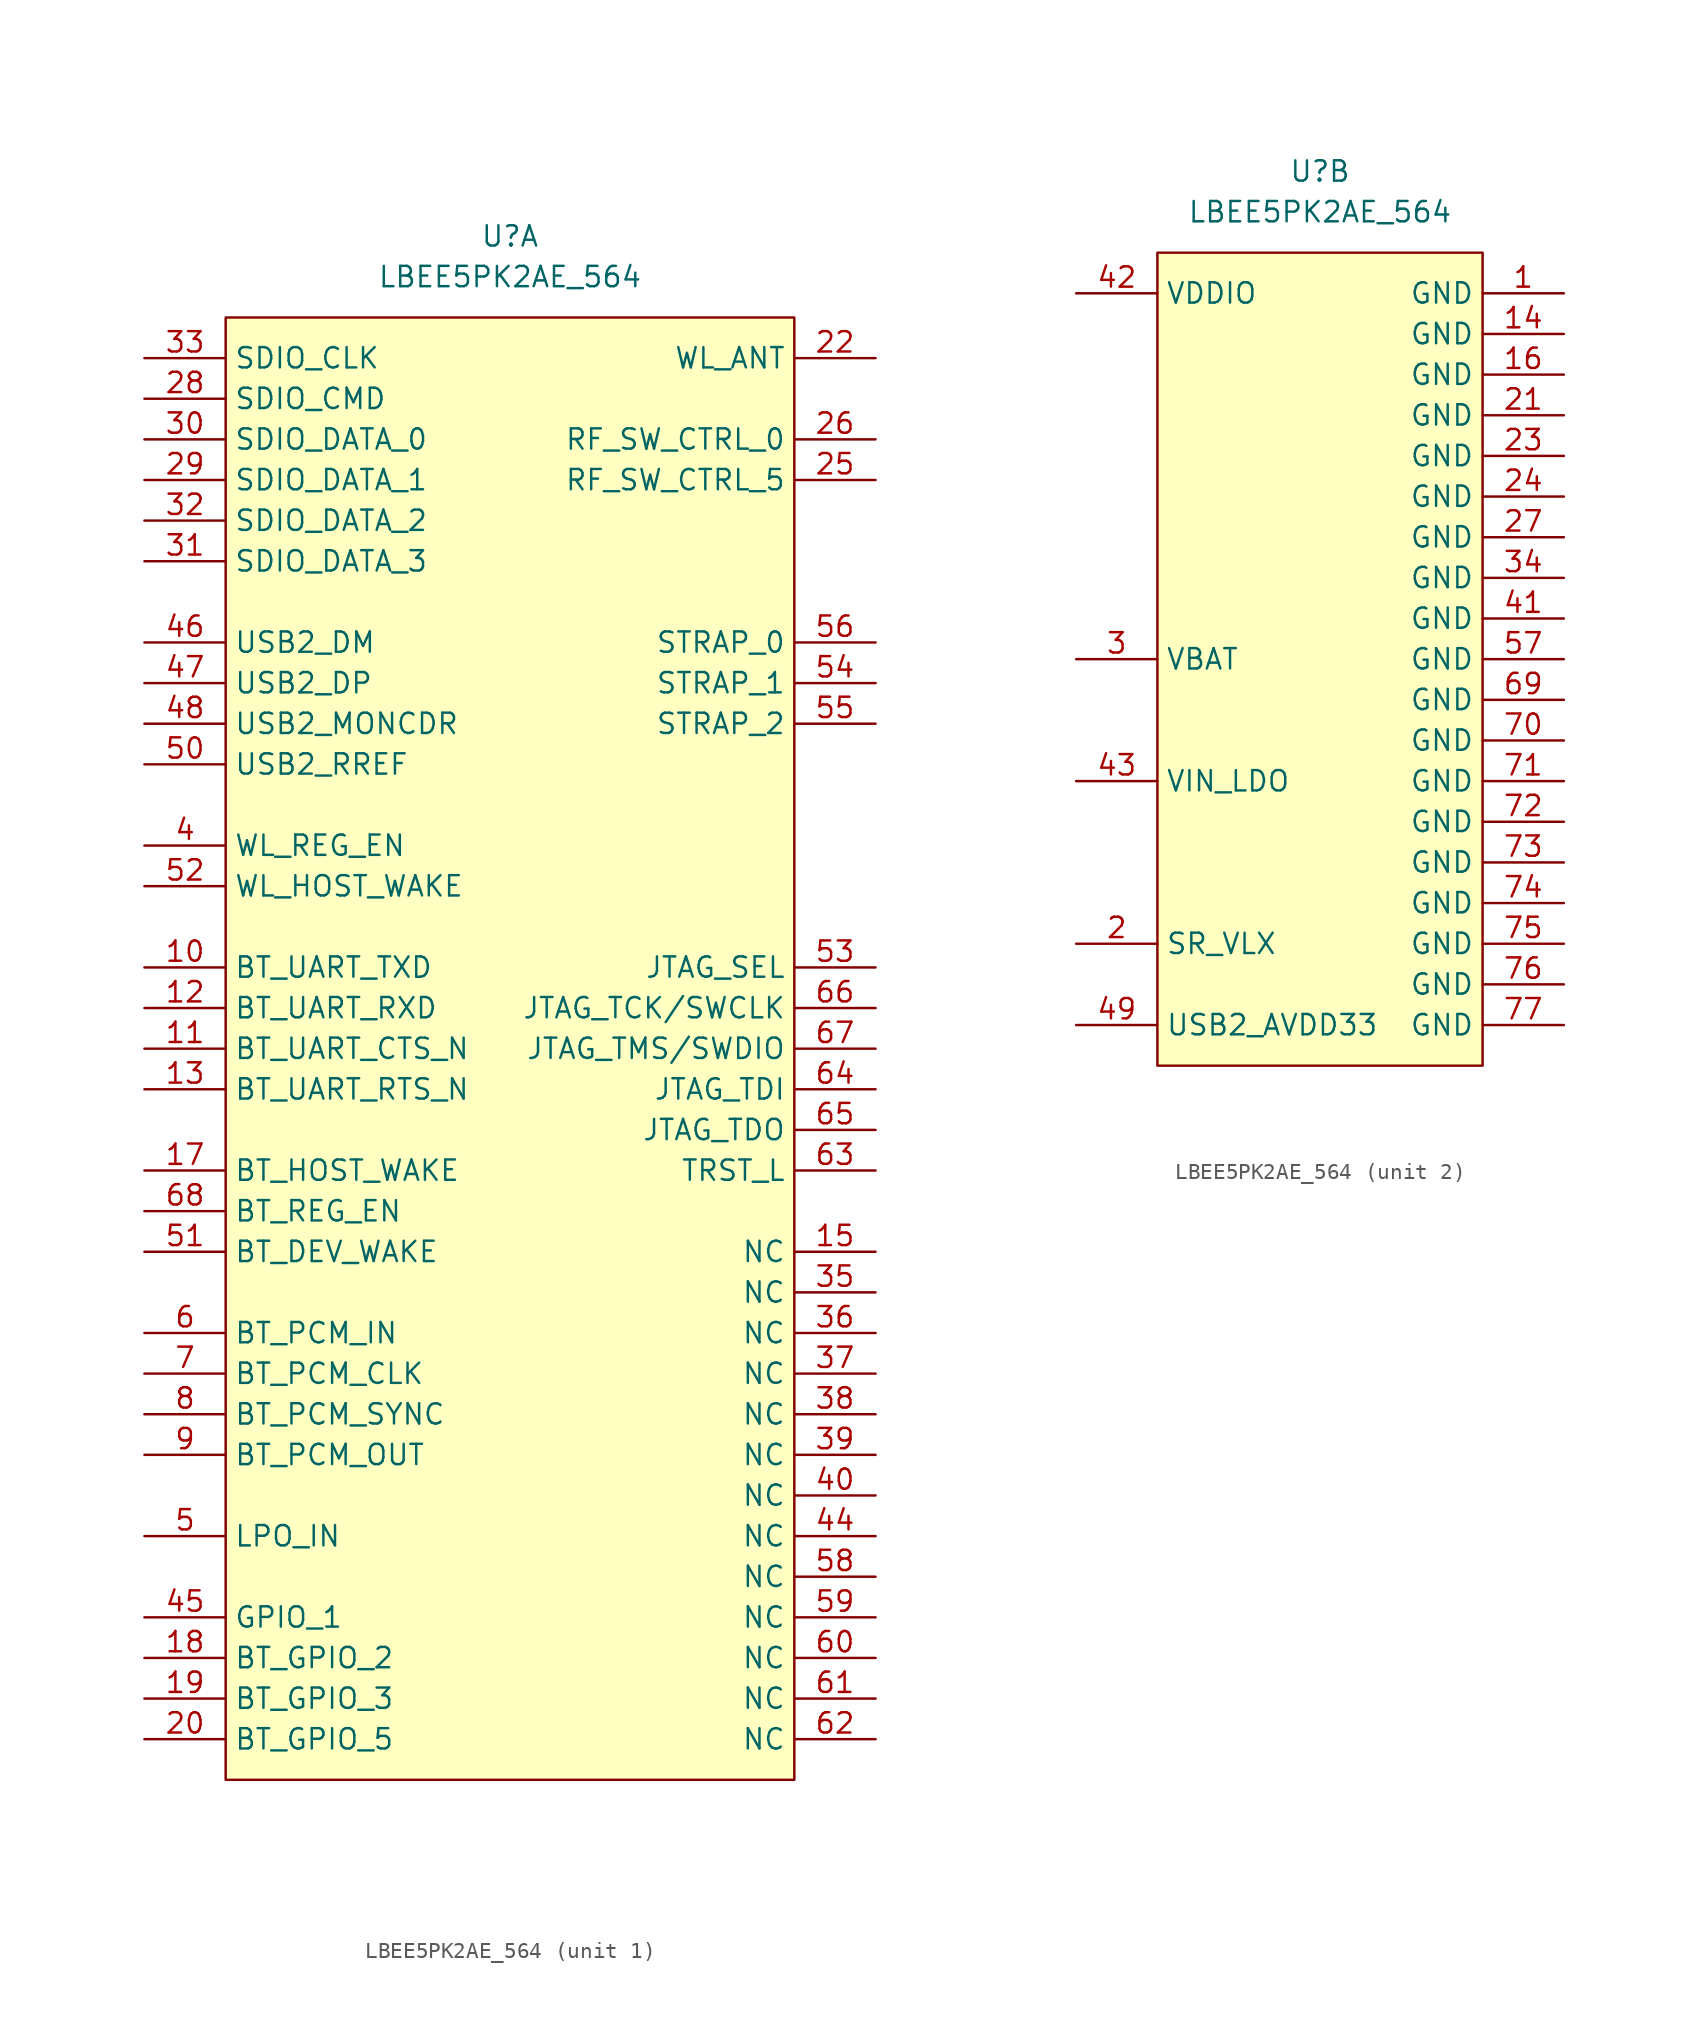
<source format=kicad_sym>
(kicad_symbol_lib
  (version 20220914)
  (generator kicad_symbol_editor)
  (symbol "LBEE5PK2AE_564"
    (property "Reference" "U"
      (at 0 30.48 0)
      (effects (font (size 1.27 1.27))))
    (property "Value" "LBEE5PK2AE_564"
      (at 0 27.94 0)
      (effects (font (size 1.27 1.27))))
    (property "ki_locked" ""
      (at 0 0 0)
      (effects (font (size 1.27 1.27))))
    (symbol "LBEE5PK2AE_564_1_0"
      (pin passive line (at -22.86 -15.24 0) (length 5.08) (name "BT_UART_TXD" (effects (font (size 1.27 1.27)))) (number "10" (effects (font (size 1.27 1.27)))))
      (pin passive line (at -22.86 -20.32 0) (length 5.08) (name "BT_UART_CTS_N" (effects (font (size 1.27 1.27)))) (number "11" (effects (font (size 1.27 1.27)))))
      (pin passive line (at -22.86 -17.78 0) (length 5.08) (name "BT_UART_RXD" (effects (font (size 1.27 1.27)))) (number "12" (effects (font (size 1.27 1.27)))))
      (pin passive line (at -22.86 -22.86 0) (length 5.08) (name "BT_UART_RTS_N" (effects (font (size 1.27 1.27)))) (number "13" (effects (font (size 1.27 1.27)))))
      (pin passive line (at 22.86 -33.02 180) (length 5.08) (name "NC" (effects (font (size 1.27 1.27)))) (number "15" (effects (font (size 1.27 1.27)))))
      (pin passive line (at -22.86 -27.94 0) (length 5.08) (name "BT_HOST_WAKE" (effects (font (size 1.27 1.27)))) (number "17" (effects (font (size 1.27 1.27)))))
      (pin passive line (at -22.86 -58.42 0) (length 5.08) (name "BT_GPIO_2" (effects (font (size 1.27 1.27)))) (number "18" (effects (font (size 1.27 1.27)))))
      (pin passive line (at -22.86 -60.96 0) (length 5.08) (name "BT_GPIO_3" (effects (font (size 1.27 1.27)))) (number "19" (effects (font (size 1.27 1.27)))))
      (pin passive line (at -22.86 -63.5 0) (length 5.08) (name "BT_GPIO_5" (effects (font (size 1.27 1.27)))) (number "20" (effects (font (size 1.27 1.27)))))
      (pin passive line (at 22.86 22.86 180) (length 5.08) (name "WL_ANT" (effects (font (size 1.27 1.27)))) (number "22" (effects (font (size 1.27 1.27)))))
      (pin passive line (at 22.86 15.24 180) (length 5.08) (name "RF_SW_CTRL_5" (effects (font (size 1.27 1.27)))) (number "25" (effects (font (size 1.27 1.27)))))
      (pin passive line (at 22.86 17.78 180) (length 5.08) (name "RF_SW_CTRL_0" (effects (font (size 1.27 1.27)))) (number "26" (effects (font (size 1.27 1.27)))))
      (pin passive line (at -22.86 20.32 0) (length 5.08) (name "SDIO_CMD" (effects (font (size 1.27 1.27)))) (number "28" (effects (font (size 1.27 1.27)))))
      (pin passive line (at -22.86 15.24 0) (length 5.08) (name "SDIO_DATA_1" (effects (font (size 1.27 1.27)))) (number "29" (effects (font (size 1.27 1.27)))))
      (pin passive line (at -22.86 17.78 0) (length 5.08) (name "SDIO_DATA_0" (effects (font (size 1.27 1.27)))) (number "30" (effects (font (size 1.27 1.27)))))
      (pin passive line (at -22.86 10.16 0) (length 5.08) (name "SDIO_DATA_3" (effects (font (size 1.27 1.27)))) (number "31" (effects (font (size 1.27 1.27)))))
      (pin passive line (at -22.86 12.7 0) (length 5.08) (name "SDIO_DATA_2" (effects (font (size 1.27 1.27)))) (number "32" (effects (font (size 1.27 1.27)))))
      (pin passive line (at -22.86 22.86 0) (length 5.08) (name "SDIO_CLK" (effects (font (size 1.27 1.27)))) (number "33" (effects (font (size 1.27 1.27)))))
      (pin passive line (at 22.86 -35.56 180) (length 5.08) (name "NC" (effects (font (size 1.27 1.27)))) (number "35" (effects (font (size 1.27 1.27)))))
      (pin passive line (at 22.86 -38.1 180) (length 5.08) (name "NC" (effects (font (size 1.27 1.27)))) (number "36" (effects (font (size 1.27 1.27)))))
      (pin passive line (at 22.86 -40.64 180) (length 5.08) (name "NC" (effects (font (size 1.27 1.27)))) (number "37" (effects (font (size 1.27 1.27)))))
      (pin passive line (at 22.86 -43.18 180) (length 5.08) (name "NC" (effects (font (size 1.27 1.27)))) (number "38" (effects (font (size 1.27 1.27)))))
      (pin passive line (at 22.86 -45.72 180) (length 5.08) (name "NC" (effects (font (size 1.27 1.27)))) (number "39" (effects (font (size 1.27 1.27)))))
      (pin passive line (at -22.86 -7.62 0) (length 5.08) (name "WL_REG_EN" (effects (font (size 1.27 1.27)))) (number "4" (effects (font (size 1.27 1.27)))))
      (pin passive line (at 22.86 -48.26 180) (length 5.08) (name "NC" (effects (font (size 1.27 1.27)))) (number "40" (effects (font (size 1.27 1.27)))))
      (pin passive line (at 22.86 -50.8 180) (length 5.08) (name "NC" (effects (font (size 1.27 1.27)))) (number "44" (effects (font (size 1.27 1.27)))))
      (pin passive line (at -22.86 -55.88 0) (length 5.08) (name "GPIO_1" (effects (font (size 1.27 1.27)))) (number "45" (effects (font (size 1.27 1.27)))))
      (pin passive line (at -22.86 5.08 0) (length 5.08) (name "USB2_DM" (effects (font (size 1.27 1.27)))) (number "46" (effects (font (size 1.27 1.27)))))
      (pin passive line (at -22.86 2.54 0) (length 5.08) (name "USB2_DP" (effects (font (size 1.27 1.27)))) (number "47" (effects (font (size 1.27 1.27)))))
      (pin passive line (at -22.86 0 0) (length 5.08) (name "USB2_MONCDR" (effects (font (size 1.27 1.27)))) (number "48" (effects (font (size 1.27 1.27)))))
      (pin passive line (at -22.86 -50.8 0) (length 5.08) (name "LPO_IN" (effects (font (size 1.27 1.27)))) (number "5" (effects (font (size 1.27 1.27)))))
      (pin passive line (at -22.86 -2.54 0) (length 5.08) (name "USB2_RREF" (effects (font (size 1.27 1.27)))) (number "50" (effects (font (size 1.27 1.27)))))
      (pin passive line (at -22.86 -33.02 0) (length 5.08) (name "BT_DEV_WAKE" (effects (font (size 1.27 1.27)))) (number "51" (effects (font (size 1.27 1.27)))))
      (pin passive line (at -22.86 -10.16 0) (length 5.08) (name "WL_HOST_WAKE" (effects (font (size 1.27 1.27)))) (number "52" (effects (font (size 1.27 1.27)))))
      (pin passive line (at 22.86 -15.24 180) (length 5.08) (name "JTAG_SEL" (effects (font (size 1.27 1.27)))) (number "53" (effects (font (size 1.27 1.27)))))
      (pin passive line (at 22.86 2.54 180) (length 5.08) (name "STRAP_1" (effects (font (size 1.27 1.27)))) (number "54" (effects (font (size 1.27 1.27)))))
      (pin passive line (at 22.86 0 180) (length 5.08) (name "STRAP_2" (effects (font (size 1.27 1.27)))) (number "55" (effects (font (size 1.27 1.27)))))
      (pin passive line (at 22.86 5.08 180) (length 5.08) (name "STRAP_0" (effects (font (size 1.27 1.27)))) (number "56" (effects (font (size 1.27 1.27)))))
      (pin passive line (at 22.86 -53.34 180) (length 5.08) (name "NC" (effects (font (size 1.27 1.27)))) (number "58" (effects (font (size 1.27 1.27)))))
      (pin passive line (at 22.86 -55.88 180) (length 5.08) (name "NC" (effects (font (size 1.27 1.27)))) (number "59" (effects (font (size 1.27 1.27)))))
      (pin passive line (at -22.86 -38.1 0) (length 5.08) (name "BT_PCM_IN" (effects (font (size 1.27 1.27)))) (number "6" (effects (font (size 1.27 1.27)))))
      (pin passive line (at 22.86 -58.42 180) (length 5.08) (name "NC" (effects (font (size 1.27 1.27)))) (number "60" (effects (font (size 1.27 1.27)))))
      (pin passive line (at 22.86 -60.96 180) (length 5.08) (name "NC" (effects (font (size 1.27 1.27)))) (number "61" (effects (font (size 1.27 1.27)))))
      (pin passive line (at 22.86 -63.5 180) (length 5.08) (name "NC" (effects (font (size 1.27 1.27)))) (number "62" (effects (font (size 1.27 1.27)))))
      (pin passive line (at 22.86 -27.94 180) (length 5.08) (name "TRST_L" (effects (font (size 1.27 1.27)))) (number "63" (effects (font (size 1.27 1.27)))))
      (pin passive line (at 22.86 -22.86 180) (length 5.08) (name "JTAG_TDI" (effects (font (size 1.27 1.27)))) (number "64" (effects (font (size 1.27 1.27)))))
      (pin passive line (at 22.86 -25.4 180) (length 5.08) (name "JTAG_TDO" (effects (font (size 1.27 1.27)))) (number "65" (effects (font (size 1.27 1.27)))))
      (pin passive line (at 22.86 -17.78 180) (length 5.08) (name "JTAG_TCK/SWCLK" (effects (font (size 1.27 1.27)))) (number "66" (effects (font (size 1.27 1.27)))))
      (pin passive line (at 22.86 -20.32 180) (length 5.08) (name "JTAG_TMS/SWDIO" (effects (font (size 1.27 1.27)))) (number "67" (effects (font (size 1.27 1.27)))))
      (pin passive line (at -22.86 -30.48 0) (length 5.08) (name "BT_REG_EN" (effects (font (size 1.27 1.27)))) (number "68" (effects (font (size 1.27 1.27)))))
      (pin passive line (at -22.86 -40.64 0) (length 5.08) (name "BT_PCM_CLK" (effects (font (size 1.27 1.27)))) (number "7" (effects (font (size 1.27 1.27)))))
      (pin passive line (at -22.86 -43.18 0) (length 5.08) (name "BT_PCM_SYNC" (effects (font (size 1.27 1.27)))) (number "8" (effects (font (size 1.27 1.27)))))
      (pin passive line (at -22.86 -45.72 0) (length 5.08) (name "BT_PCM_OUT" (effects (font (size 1.27 1.27)))) (number "9" (effects (font (size 1.27 1.27))))))
    (symbol "LBEE5PK2AE_564_1_1"
      (rectangle (start -17.78 25.4) (end 17.78 -66.04) (stroke (width 0) (type default)) (fill (type background))))
    (symbol "LBEE5PK2AE_564_2_0"
      (pin passive line (at 15.24 22.86 180) (length 5.08) (name "GND" (effects (font (size 1.27 1.27)))) (number "1" (effects (font (size 1.27 1.27)))))
      (pin passive line (at 15.24 20.32 180) (length 5.08) (name "GND" (effects (font (size 1.27 1.27)))) (number "14" (effects (font (size 1.27 1.27)))))
      (pin passive line (at 15.24 17.78 180) (length 5.08) (name "GND" (effects (font (size 1.27 1.27)))) (number "16" (effects (font (size 1.27 1.27)))))
      (pin passive line (at -15.24 -17.78 0) (length 5.08) (name "SR_VLX" (effects (font (size 1.27 1.27)))) (number "2" (effects (font (size 1.27 1.27)))))
      (pin passive line (at 15.24 15.24 180) (length 5.08) (name "GND" (effects (font (size 1.27 1.27)))) (number "21" (effects (font (size 1.27 1.27)))))
      (pin passive line (at 15.24 12.7 180) (length 5.08) (name "GND" (effects (font (size 1.27 1.27)))) (number "23" (effects (font (size 1.27 1.27)))))
      (pin passive line (at 15.24 10.16 180) (length 5.08) (name "GND" (effects (font (size 1.27 1.27)))) (number "24" (effects (font (size 1.27 1.27)))))
      (pin passive line (at 15.24 7.62 180) (length 5.08) (name "GND" (effects (font (size 1.27 1.27)))) (number "27" (effects (font (size 1.27 1.27)))))
      (pin passive line (at -15.24 0 0) (length 5.08) (name "VBAT" (effects (font (size 1.27 1.27)))) (number "3" (effects (font (size 1.27 1.27)))))
      (pin passive line (at 15.24 5.08 180) (length 5.08) (name "GND" (effects (font (size 1.27 1.27)))) (number "34" (effects (font (size 1.27 1.27)))))
      (pin passive line (at 15.24 2.54 180) (length 5.08) (name "GND" (effects (font (size 1.27 1.27)))) (number "41" (effects (font (size 1.27 1.27)))))
      (pin passive line (at -15.24 22.86 0) (length 5.08) (name "VDDIO" (effects (font (size 1.27 1.27)))) (number "42" (effects (font (size 1.27 1.27)))))
      (pin passive line (at -15.24 -7.62 0) (length 5.08) (name "VIN_LDO" (effects (font (size 1.27 1.27)))) (number "43" (effects (font (size 1.27 1.27)))))
      (pin passive line (at -15.24 -22.86 0) (length 5.08) (name "USB2_AVDD33" (effects (font (size 1.27 1.27)))) (number "49" (effects (font (size 1.27 1.27)))))
      (pin passive line (at 15.24 0 180) (length 5.08) (name "GND" (effects (font (size 1.27 1.27)))) (number "57" (effects (font (size 1.27 1.27)))))
      (pin passive line (at 15.24 -2.54 180) (length 5.08) (name "GND" (effects (font (size 1.27 1.27)))) (number "69" (effects (font (size 1.27 1.27)))))
      (pin passive line (at 15.24 -5.08 180) (length 5.08) (name "GND" (effects (font (size 1.27 1.27)))) (number "70" (effects (font (size 1.27 1.27)))))
      (pin passive line (at 15.24 -7.62 180) (length 5.08) (name "GND" (effects (font (size 1.27 1.27)))) (number "71" (effects (font (size 1.27 1.27)))))
      (pin passive line (at 15.24 -10.16 180) (length 5.08) (name "GND" (effects (font (size 1.27 1.27)))) (number "72" (effects (font (size 1.27 1.27)))))
      (pin passive line (at 15.24 -12.7 180) (length 5.08) (name "GND" (effects (font (size 1.27 1.27)))) (number "73" (effects (font (size 1.27 1.27)))))
      (pin passive line (at 15.24 -15.24 180) (length 5.08) (name "GND" (effects (font (size 1.27 1.27)))) (number "74" (effects (font (size 1.27 1.27)))))
      (pin passive line (at 15.24 -17.78 180) (length 5.08) (name "GND" (effects (font (size 1.27 1.27)))) (number "75" (effects (font (size 1.27 1.27)))))
      (pin passive line (at 15.24 -20.32 180) (length 5.08) (name "GND" (effects (font (size 1.27 1.27)))) (number "76" (effects (font (size 1.27 1.27)))))
      (pin passive line (at 15.24 -22.86 180) (length 5.08) (name "GND" (effects (font (size 1.27 1.27)))) (number "77" (effects (font (size 1.27 1.27))))))
    (symbol "LBEE5PK2AE_564_2_1"
      (rectangle (start -10.16 25.4) (end 10.16 -25.4) (stroke (width 0) (type default)) (fill (type background))))))
</source>
